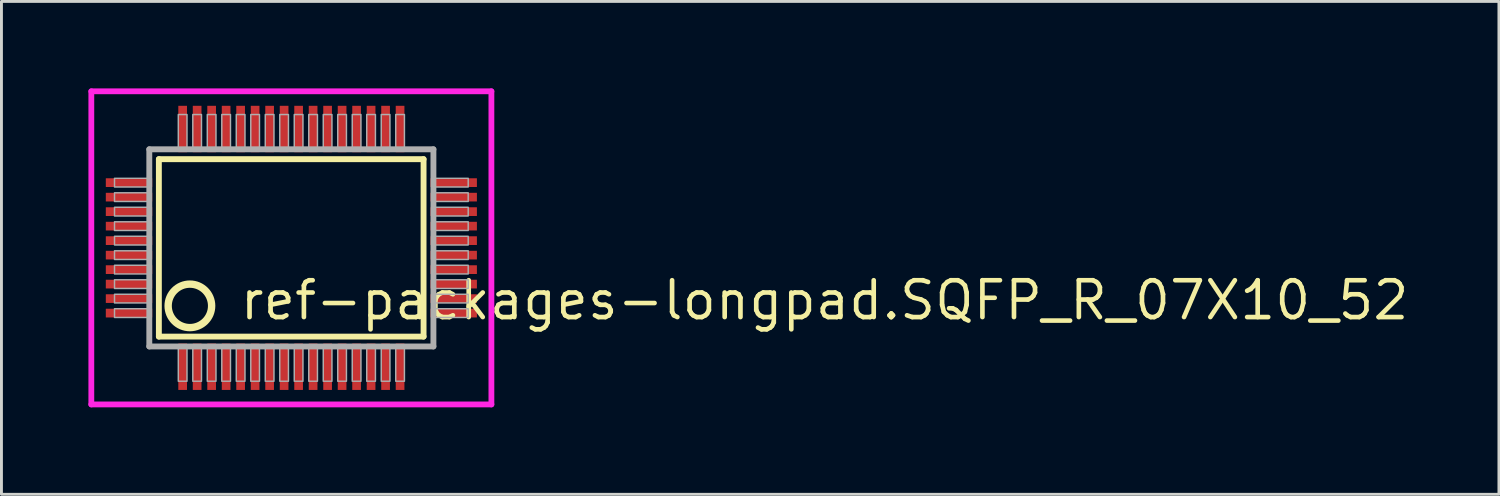
<source format=kicad_pcb>
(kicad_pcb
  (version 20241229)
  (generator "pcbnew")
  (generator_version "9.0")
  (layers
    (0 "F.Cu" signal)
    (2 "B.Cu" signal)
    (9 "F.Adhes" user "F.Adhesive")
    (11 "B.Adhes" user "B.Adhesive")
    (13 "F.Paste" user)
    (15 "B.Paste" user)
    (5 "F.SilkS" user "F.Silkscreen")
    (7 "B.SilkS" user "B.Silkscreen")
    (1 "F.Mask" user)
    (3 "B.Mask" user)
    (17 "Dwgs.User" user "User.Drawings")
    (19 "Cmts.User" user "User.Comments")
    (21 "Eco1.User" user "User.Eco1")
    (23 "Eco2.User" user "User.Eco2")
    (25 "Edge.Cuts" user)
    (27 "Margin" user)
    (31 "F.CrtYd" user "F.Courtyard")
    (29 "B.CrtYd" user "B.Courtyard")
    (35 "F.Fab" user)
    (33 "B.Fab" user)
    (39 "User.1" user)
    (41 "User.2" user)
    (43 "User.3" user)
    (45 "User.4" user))
  (footprint "ref-packages-longpad.SQFP_R_07X10_52"
    (layer "F.Cu")
    (at 7 5.5)
    (property "Reference" "ref-packages-longpad.SQFP_R_07X10_52" (at -1.85 2.55 0) (layer "F.SilkS") (effects (font (size 1.27 1.27) (thickness 0.16)) (justify left bottom)))
    (attr smd)
    (fp_line (start -4.57 -3.06) (end 4.56 -3.06) (stroke (width 0.203) (type default)) (layer "F.SilkS"))
    (fp_line (start -4.57 3.06) (end -4.57 -3.06) (stroke (width 0.203) (type default)) (layer "F.SilkS"))
    (fp_line (start 4.56 -3.06) (end 4.56 3.06) (stroke (width 0.203) (type default)) (layer "F.SilkS"))
    (fp_line (start 4.56 3.06) (end -4.57 3.06) (stroke (width 0.203) (type default)) (layer "F.SilkS"))
    (fp_circle (center -3.5 2) (end -2.75 2) (stroke (width 0.254) (type default)) (fill no) (layer "F.SilkS"))
    (fp_line (start -6.9 -5.4) (end 6.9 -5.4) (stroke (width 0.2) (type default)) (layer "F.CrtYd"))
    (fp_line (start -6.9 5.4) (end -6.9 -5.4) (stroke (width 0.2) (type default)) (layer "F.CrtYd"))
    (fp_line (start 6.9 -5.4) (end 6.9 5.4) (stroke (width 0.2) (type default)) (layer "F.CrtYd"))
    (fp_line (start 6.9 5.4) (end -6.9 5.4) (stroke (width 0.2) (type default)) (layer "F.CrtYd"))
    (fp_line (start -4.9 -3.4) (end -4.9 3.4) (stroke (width 0.203) (type default)) (layer "F.Fab"))
    (fp_line (start -4.9 3.4) (end 4.9 3.4) (stroke (width 0.203) (type default)) (layer "F.Fab"))
    (fp_line (start 4.9 -3.4) (end -4.9 -3.4) (stroke (width 0.203) (type default)) (layer "F.Fab"))
    (fp_line (start 4.9 3.4) (end 4.9 -3.4) (stroke (width 0.203) (type default)) (layer "F.Fab"))
    (fp_rect (start -6.1 -2.1) (end -4.95 -2.4) (stroke (width 0.05) (type default)) (fill no) (layer "F.Fab"))
    (fp_rect (start -6.1 -1.6) (end -4.95 -1.9) (stroke (width 0.05) (type default)) (fill no) (layer "F.Fab"))
    (fp_rect (start -6.1 -1.1) (end -4.95 -1.4) (stroke (width 0.05) (type default)) (fill no) (layer "F.Fab"))
    (fp_rect (start -6.1 -0.6) (end -4.95 -0.9) (stroke (width 0.05) (type default)) (fill no) (layer "F.Fab"))
    (fp_rect (start -6.1 -0.1) (end -4.95 -0.4) (stroke (width 0.05) (type default)) (fill no) (layer "F.Fab"))
    (fp_rect (start -6.1 0.4) (end -4.95 0.1) (stroke (width 0.05) (type default)) (fill no) (layer "F.Fab"))
    (fp_rect (start -6.1 0.9) (end -4.95 0.6) (stroke (width 0.05) (type default)) (fill no) (layer "F.Fab"))
    (fp_rect (start -6.1 1.4) (end -4.95 1.1) (stroke (width 0.05) (type default)) (fill no) (layer "F.Fab"))
    (fp_rect (start -6.1 1.9) (end -4.95 1.6) (stroke (width 0.05) (type default)) (fill no) (layer "F.Fab"))
    (fp_rect (start -6.1 2.4) (end -4.95 2.1) (stroke (width 0.05) (type default)) (fill no) (layer "F.Fab"))
    (fp_rect (start -3.9 -3.45) (end -3.6 -4.6) (stroke (width 0.05) (type default)) (fill no) (layer "F.Fab"))
    (fp_rect (start -3.9 4.6) (end -3.6 3.45) (stroke (width 0.05) (type default)) (fill no) (layer "F.Fab"))
    (fp_rect (start -3.4 -3.45) (end -3.1 -4.6) (stroke (width 0.05) (type default)) (fill no) (layer "F.Fab"))
    (fp_rect (start -3.4 4.6) (end -3.1 3.45) (stroke (width 0.05) (type default)) (fill no) (layer "F.Fab"))
    (fp_rect (start -2.9 -3.45) (end -2.6 -4.6) (stroke (width 0.05) (type default)) (fill no) (layer "F.Fab"))
    (fp_rect (start -2.9 4.6) (end -2.6 3.45) (stroke (width 0.05) (type default)) (fill no) (layer "F.Fab"))
    (fp_rect (start -2.4 -3.45) (end -2.1 -4.6) (stroke (width 0.05) (type default)) (fill no) (layer "F.Fab"))
    (fp_rect (start -2.4 4.6) (end -2.1 3.45) (stroke (width 0.05) (type default)) (fill no) (layer "F.Fab"))
    (fp_rect (start -1.9 -3.45) (end -1.6 -4.6) (stroke (width 0.05) (type default)) (fill no) (layer "F.Fab"))
    (fp_rect (start -1.9 4.6) (end -1.6 3.45) (stroke (width 0.05) (type default)) (fill no) (layer "F.Fab"))
    (fp_rect (start -1.4 -3.45) (end -1.1 -4.6) (stroke (width 0.05) (type default)) (fill no) (layer "F.Fab"))
    (fp_rect (start -1.4 4.6) (end -1.1 3.45) (stroke (width 0.05) (type default)) (fill no) (layer "F.Fab"))
    (fp_rect (start -0.9 -3.45) (end -0.6 -4.6) (stroke (width 0.05) (type default)) (fill no) (layer "F.Fab"))
    (fp_rect (start -0.9 4.6) (end -0.6 3.45) (stroke (width 0.05) (type default)) (fill no) (layer "F.Fab"))
    (fp_rect (start -0.4 -3.45) (end -0.1 -4.6) (stroke (width 0.05) (type default)) (fill no) (layer "F.Fab"))
    (fp_rect (start -0.4 4.6) (end -0.1 3.45) (stroke (width 0.05) (type default)) (fill no) (layer "F.Fab"))
    (fp_rect (start 0.1 -3.45) (end 0.4 -4.6) (stroke (width 0.05) (type default)) (fill no) (layer "F.Fab"))
    (fp_rect (start 0.1 4.6) (end 0.4 3.45) (stroke (width 0.05) (type default)) (fill no) (layer "F.Fab"))
    (fp_rect (start 0.6 -3.45) (end 0.9 -4.6) (stroke (width 0.05) (type default)) (fill no) (layer "F.Fab"))
    (fp_rect (start 0.6 4.6) (end 0.9 3.45) (stroke (width 0.05) (type default)) (fill no) (layer "F.Fab"))
    (fp_rect (start 1.1 -3.45) (end 1.4 -4.6) (stroke (width 0.05) (type default)) (fill no) (layer "F.Fab"))
    (fp_rect (start 1.1 4.6) (end 1.4 3.45) (stroke (width 0.05) (type default)) (fill no) (layer "F.Fab"))
    (fp_rect (start 1.6 -3.45) (end 1.9 -4.6) (stroke (width 0.05) (type default)) (fill no) (layer "F.Fab"))
    (fp_rect (start 1.6 4.6) (end 1.9 3.45) (stroke (width 0.05) (type default)) (fill no) (layer "F.Fab"))
    (fp_rect (start 2.1 -3.45) (end 2.4 -4.6) (stroke (width 0.05) (type default)) (fill no) (layer "F.Fab"))
    (fp_rect (start 2.1 4.6) (end 2.4 3.45) (stroke (width 0.05) (type default)) (fill no) (layer "F.Fab"))
    (fp_rect (start 2.6 -3.45) (end 2.9 -4.6) (stroke (width 0.05) (type default)) (fill no) (layer "F.Fab"))
    (fp_rect (start 2.6 4.6) (end 2.9 3.45) (stroke (width 0.05) (type default)) (fill no) (layer "F.Fab"))
    (fp_rect (start 3.1 -3.45) (end 3.4 -4.6) (stroke (width 0.05) (type default)) (fill no) (layer "F.Fab"))
    (fp_rect (start 3.1 4.6) (end 3.4 3.45) (stroke (width 0.05) (type default)) (fill no) (layer "F.Fab"))
    (fp_rect (start 3.6 -3.45) (end 3.9 -4.6) (stroke (width 0.05) (type default)) (fill no) (layer "F.Fab"))
    (fp_rect (start 3.6 4.6) (end 3.9 3.45) (stroke (width 0.05) (type default)) (fill no) (layer "F.Fab"))
    (fp_rect (start 4.95 -2.1) (end 6.1 -2.4) (stroke (width 0.05) (type default)) (fill no) (layer "F.Fab"))
    (fp_rect (start 4.95 -1.6) (end 6.1 -1.9) (stroke (width 0.05) (type default)) (fill no) (layer "F.Fab"))
    (fp_rect (start 4.95 -1.1) (end 6.1 -1.4) (stroke (width 0.05) (type default)) (fill no) (layer "F.Fab"))
    (fp_rect (start 4.95 -0.6) (end 6.1 -0.9) (stroke (width 0.05) (type default)) (fill no) (layer "F.Fab"))
    (fp_rect (start 4.95 -0.1) (end 6.1 -0.4) (stroke (width 0.05) (type default)) (fill no) (layer "F.Fab"))
    (fp_rect (start 4.95 0.4) (end 6.1 0.1) (stroke (width 0.05) (type default)) (fill no) (layer "F.Fab"))
    (fp_rect (start 4.95 0.9) (end 6.1 0.6) (stroke (width 0.05) (type default)) (fill no) (layer "F.Fab"))
    (fp_rect (start 4.95 1.4) (end 6.1 1.1) (stroke (width 0.05) (type default)) (fill no) (layer "F.Fab"))
    (fp_rect (start 4.95 1.9) (end 6.1 1.6) (stroke (width 0.05) (type default)) (fill no) (layer "F.Fab"))
    (fp_rect (start 4.95 2.4) (end 6.1 2.1) (stroke (width 0.05) (type default)) (fill no) (layer "F.Fab"))
    (pad "1" smd roundrect (at -3.75 4.1) (size 0.3 1.6) (layers "F.Cu" "F.Mask" "F.Paste") (roundrect_rratio 0.01))
    (pad "2" smd roundrect (at -3.25 4.1) (size 0.3 1.6) (layers "F.Cu" "F.Mask" "F.Paste") (roundrect_rratio 0.01))
    (pad "3" smd roundrect (at -2.75 4.1) (size 0.3 1.6) (layers "F.Cu" "F.Mask" "F.Paste") (roundrect_rratio 0.01))
    (pad "4" smd roundrect (at -2.25 4.1) (size 0.3 1.6) (layers "F.Cu" "F.Mask" "F.Paste") (roundrect_rratio 0.01))
    (pad "5" smd roundrect (at -1.75 4.1) (size 0.3 1.6) (layers "F.Cu" "F.Mask" "F.Paste") (roundrect_rratio 0.01))
    (pad "6" smd roundrect (at -1.25 4.1) (size 0.3 1.6) (layers "F.Cu" "F.Mask" "F.Paste") (roundrect_rratio 0.01))
    (pad "7" smd roundrect (at -0.75 4.1) (size 0.3 1.6) (layers "F.Cu" "F.Mask" "F.Paste") (roundrect_rratio 0.01))
    (pad "8" smd roundrect (at -0.25 4.1) (size 0.3 1.6) (layers "F.Cu" "F.Mask" "F.Paste") (roundrect_rratio 0.01))
    (pad "9" smd roundrect (at 0.25 4.1) (size 0.3 1.6) (layers "F.Cu" "F.Mask" "F.Paste") (roundrect_rratio 0.01))
    (pad "10" smd roundrect (at 0.75 4.1) (size 0.3 1.6) (layers "F.Cu" "F.Mask" "F.Paste") (roundrect_rratio 0.01))
    (pad "11" smd roundrect (at 1.25 4.1) (size 0.3 1.6) (layers "F.Cu" "F.Mask" "F.Paste") (roundrect_rratio 0.01))
    (pad "12" smd roundrect (at 1.75 4.1) (size 0.3 1.6) (layers "F.Cu" "F.Mask" "F.Paste") (roundrect_rratio 0.01))
    (pad "13" smd roundrect (at 2.25 4.1) (size 0.3 1.6) (layers "F.Cu" "F.Mask" "F.Paste") (roundrect_rratio 0.01))
    (pad "14" smd roundrect (at 2.75 4.1) (size 0.3 1.6) (layers "F.Cu" "F.Mask" "F.Paste") (roundrect_rratio 0.01))
    (pad "15" smd roundrect (at 3.25 4.1) (size 0.3 1.6) (layers "F.Cu" "F.Mask" "F.Paste") (roundrect_rratio 0.01))
    (pad "16" smd roundrect (at 3.75 4.1) (size 0.3 1.6) (layers "F.Cu" "F.Mask" "F.Paste") (roundrect_rratio 0.01))
    (pad "17" smd roundrect (at 5.6 2.25) (size 1.6 0.3) (layers "F.Cu" "F.Mask" "F.Paste") (roundrect_rratio 0.01))
    (pad "18" smd roundrect (at 5.6 1.75) (size 1.6 0.3) (layers "F.Cu" "F.Mask" "F.Paste") (roundrect_rratio 0.01))
    (pad "19" smd roundrect (at 5.6 1.25) (size 1.6 0.3) (layers "F.Cu" "F.Mask" "F.Paste") (roundrect_rratio 0.01))
    (pad "20" smd roundrect (at 5.6 0.75) (size 1.6 0.3) (layers "F.Cu" "F.Mask" "F.Paste") (roundrect_rratio 0.01))
    (pad "21" smd roundrect (at 5.6 0.25) (size 1.6 0.3) (layers "F.Cu" "F.Mask" "F.Paste") (roundrect_rratio 0.01))
    (pad "22" smd roundrect (at 5.6 -0.25) (size 1.6 0.3) (layers "F.Cu" "F.Mask" "F.Paste") (roundrect_rratio 0.01))
    (pad "23" smd roundrect (at 5.6 -0.75) (size 1.6 0.3) (layers "F.Cu" "F.Mask" "F.Paste") (roundrect_rratio 0.01))
    (pad "24" smd roundrect (at 5.6 -1.25) (size 1.6 0.3) (layers "F.Cu" "F.Mask" "F.Paste") (roundrect_rratio 0.01))
    (pad "25" smd roundrect (at 5.6 -1.75) (size 1.6 0.3) (layers "F.Cu" "F.Mask" "F.Paste") (roundrect_rratio 0.01))
    (pad "26" smd roundrect (at 5.6 -2.25) (size 1.6 0.3) (layers "F.Cu" "F.Mask" "F.Paste") (roundrect_rratio 0.01))
    (pad "27" smd roundrect (at 3.75 -4.1) (size 0.3 1.6) (layers "F.Cu" "F.Mask" "F.Paste") (roundrect_rratio 0.01))
    (pad "28" smd roundrect (at 3.25 -4.1) (size 0.3 1.6) (layers "F.Cu" "F.Mask" "F.Paste") (roundrect_rratio 0.01))
    (pad "29" smd roundrect (at 2.75 -4.1) (size 0.3 1.6) (layers "F.Cu" "F.Mask" "F.Paste") (roundrect_rratio 0.01))
    (pad "30" smd roundrect (at 2.25 -4.1) (size 0.3 1.6) (layers "F.Cu" "F.Mask" "F.Paste") (roundrect_rratio 0.01))
    (pad "31" smd roundrect (at 1.75 -4.1) (size 0.3 1.6) (layers "F.Cu" "F.Mask" "F.Paste") (roundrect_rratio 0.01))
    (pad "32" smd roundrect (at 1.25 -4.1) (size 0.3 1.6) (layers "F.Cu" "F.Mask" "F.Paste") (roundrect_rratio 0.01))
    (pad "33" smd roundrect (at 0.75 -4.1) (size 0.3 1.6) (layers "F.Cu" "F.Mask" "F.Paste") (roundrect_rratio 0.01))
    (pad "34" smd roundrect (at 0.25 -4.1) (size 0.3 1.6) (layers "F.Cu" "F.Mask" "F.Paste") (roundrect_rratio 0.01))
    (pad "35" smd roundrect (at -0.25 -4.1) (size 0.3 1.6) (layers "F.Cu" "F.Mask" "F.Paste") (roundrect_rratio 0.01))
    (pad "36" smd roundrect (at -0.75 -4.1) (size 0.3 1.6) (layers "F.Cu" "F.Mask" "F.Paste") (roundrect_rratio 0.01))
    (pad "37" smd roundrect (at -1.25 -4.1) (size 0.3 1.6) (layers "F.Cu" "F.Mask" "F.Paste") (roundrect_rratio 0.01))
    (pad "38" smd roundrect (at -1.75 -4.1) (size 0.3 1.6) (layers "F.Cu" "F.Mask" "F.Paste") (roundrect_rratio 0.01))
    (pad "39" smd roundrect (at -2.25 -4.1) (size 0.3 1.6) (layers "F.Cu" "F.Mask" "F.Paste") (roundrect_rratio 0.01))
    (pad "40" smd roundrect (at -2.75 -4.1) (size 0.3 1.6) (layers "F.Cu" "F.Mask" "F.Paste") (roundrect_rratio 0.01))
    (pad "41" smd roundrect (at -3.25 -4.1) (size 0.3 1.6) (layers "F.Cu" "F.Mask" "F.Paste") (roundrect_rratio 0.01))
    (pad "42" smd roundrect (at -3.75 -4.1) (size 0.3 1.6) (layers "F.Cu" "F.Mask" "F.Paste") (roundrect_rratio 0.01))
    (pad "43" smd roundrect (at -5.6 -2.25) (size 1.6 0.3) (layers "F.Cu" "F.Mask" "F.Paste") (roundrect_rratio 0.01))
    (pad "44" smd roundrect (at -5.6 -1.75) (size 1.6 0.3) (layers "F.Cu" "F.Mask" "F.Paste") (roundrect_rratio 0.01))
    (pad "45" smd roundrect (at -5.6 -1.25) (size 1.6 0.3) (layers "F.Cu" "F.Mask" "F.Paste") (roundrect_rratio 0.01))
    (pad "46" smd roundrect (at -5.6 -0.75) (size 1.6 0.3) (layers "F.Cu" "F.Mask" "F.Paste") (roundrect_rratio 0.01))
    (pad "47" smd roundrect (at -5.6 -0.25) (size 1.6 0.3) (layers "F.Cu" "F.Mask" "F.Paste") (roundrect_rratio 0.01))
    (pad "48" smd roundrect (at -5.6 0.25) (size 1.6 0.3) (layers "F.Cu" "F.Mask" "F.Paste") (roundrect_rratio 0.01))
    (pad "49" smd roundrect (at -5.6 0.75) (size 1.6 0.3) (layers "F.Cu" "F.Mask" "F.Paste") (roundrect_rratio 0.01))
    (pad "50" smd roundrect (at -5.6 1.25) (size 1.6 0.3) (layers "F.Cu" "F.Mask" "F.Paste") (roundrect_rratio 0.01))
    (pad "51" smd roundrect (at -5.6 1.75) (size 1.6 0.3) (layers "F.Cu" "F.Mask" "F.Paste") (roundrect_rratio 0.01))
    (pad "52" smd roundrect (at -5.6 2.25) (size 1.6 0.3) (layers "F.Cu" "F.Mask" "F.Paste") (roundrect_rratio 0.01)))
  (gr_rect
    (start -3 -3)
    (end 48.653 14)
    (stroke (width 0.1) (type default))
    (fill no)
    (layer "Edge.Cuts")))
</source>
